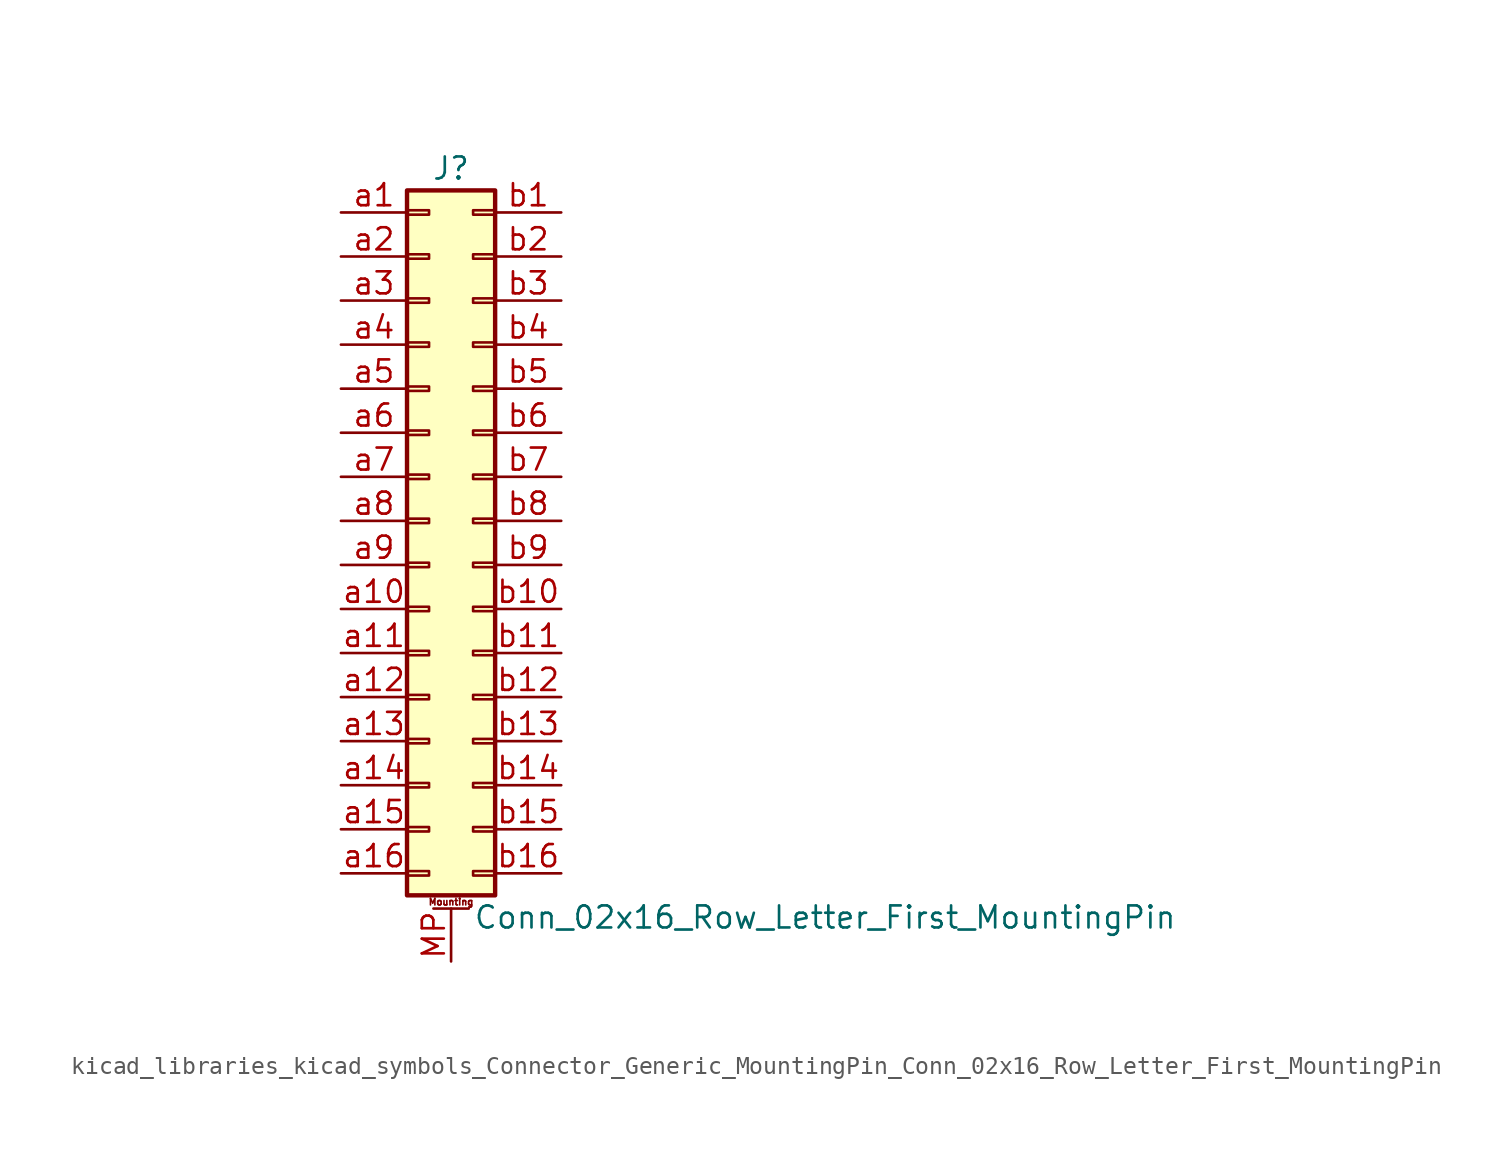
<source format=kicad_sym>
(kicad_symbol_lib
  (version 20220914)
  (generator kicad_symbol_editor)
  (symbol "kicad_libraries_kicad_symbols_Connector_Generic_MountingPin_Conn_02x16_Row_Letter_First_MountingPin"
    (pin_names
      (offset 1.016) hide)
    (property "Reference" "J"
      (at 1.27 20.32 0)
      (effects (font (size 1.27 1.27))))
    (property "Value" "Conn_02x16_Row_Letter_First_MountingPin"
      (at 2.54 -22.86 0)
      (effects (font (size 1.27 1.27)) (justify left)))
    (symbol "kicad_libraries_kicad_symbols_Connector_Generic_MountingPin_Conn_02x16_Row_Letter_First_MountingPin_1_1"
      (rectangle (start -1.27 -20.193) (end 0 -20.447) (stroke (width 0.152) (type default)) (fill (type none)))
      (rectangle (start -1.27 -17.653) (end 0 -17.907) (stroke (width 0.152) (type default)) (fill (type none)))
      (rectangle (start -1.27 -15.113) (end 0 -15.367) (stroke (width 0.152) (type default)) (fill (type none)))
      (rectangle (start -1.27 -12.573) (end 0 -12.827) (stroke (width 0.152) (type default)) (fill (type none)))
      (rectangle (start -1.27 -10.033) (end 0 -10.287) (stroke (width 0.152) (type default)) (fill (type none)))
      (rectangle (start -1.27 -7.493) (end 0 -7.747) (stroke (width 0.152) (type default)) (fill (type none)))
      (rectangle (start -1.27 -4.953) (end 0 -5.207) (stroke (width 0.152) (type default)) (fill (type none)))
      (rectangle (start -1.27 -2.413) (end 0 -2.667) (stroke (width 0.152) (type default)) (fill (type none)))
      (rectangle (start -1.27 0.127) (end 0 -0.127) (stroke (width 0.152) (type default)) (fill (type none)))
      (rectangle (start -1.27 2.667) (end 0 2.413) (stroke (width 0.152) (type default)) (fill (type none)))
      (rectangle (start -1.27 5.207) (end 0 4.953) (stroke (width 0.152) (type default)) (fill (type none)))
      (rectangle (start -1.27 7.747) (end 0 7.493) (stroke (width 0.152) (type default)) (fill (type none)))
      (rectangle (start -1.27 10.287) (end 0 10.033) (stroke (width 0.152) (type default)) (fill (type none)))
      (rectangle (start -1.27 12.827) (end 0 12.573) (stroke (width 0.152) (type default)) (fill (type none)))
      (rectangle (start -1.27 15.367) (end 0 15.113) (stroke (width 0.152) (type default)) (fill (type none)))
      (rectangle (start -1.27 17.907) (end 0 17.653) (stroke (width 0.152) (type default)) (fill (type none)))
      (rectangle (start -1.27 19.05) (end 3.81 -21.59) (stroke (width 0.254) (type default)) (fill (type background)))
      (polyline (pts (xy 0.254 -22.352) (xy 2.286 -22.352)) (stroke (width 0.152) (type default)) (fill (type none)))
      (rectangle (start 3.81 -20.193) (end 2.54 -20.447) (stroke (width 0.152) (type default)) (fill (type none)))
      (rectangle (start 3.81 -17.653) (end 2.54 -17.907) (stroke (width 0.152) (type default)) (fill (type none)))
      (rectangle (start 3.81 -15.113) (end 2.54 -15.367) (stroke (width 0.152) (type default)) (fill (type none)))
      (rectangle (start 3.81 -12.573) (end 2.54 -12.827) (stroke (width 0.152) (type default)) (fill (type none)))
      (rectangle (start 3.81 -10.033) (end 2.54 -10.287) (stroke (width 0.152) (type default)) (fill (type none)))
      (rectangle (start 3.81 -7.493) (end 2.54 -7.747) (stroke (width 0.152) (type default)) (fill (type none)))
      (rectangle (start 3.81 -4.953) (end 2.54 -5.207) (stroke (width 0.152) (type default)) (fill (type none)))
      (rectangle (start 3.81 -2.413) (end 2.54 -2.667) (stroke (width 0.152) (type default)) (fill (type none)))
      (rectangle (start 3.81 0.127) (end 2.54 -0.127) (stroke (width 0.152) (type default)) (fill (type none)))
      (rectangle (start 3.81 2.667) (end 2.54 2.413) (stroke (width 0.152) (type default)) (fill (type none)))
      (rectangle (start 3.81 5.207) (end 2.54 4.953) (stroke (width 0.152) (type default)) (fill (type none)))
      (rectangle (start 3.81 7.747) (end 2.54 7.493) (stroke (width 0.152) (type default)) (fill (type none)))
      (rectangle (start 3.81 10.287) (end 2.54 10.033) (stroke (width 0.152) (type default)) (fill (type none)))
      (rectangle (start 3.81 12.827) (end 2.54 12.573) (stroke (width 0.152) (type default)) (fill (type none)))
      (rectangle (start 3.81 15.367) (end 2.54 15.113) (stroke (width 0.152) (type default)) (fill (type none)))
      (rectangle (start 3.81 17.907) (end 2.54 17.653) (stroke (width 0.152) (type default)) (fill (type none)))
      (text "Mounting" (at 1.27 -21.971 0) (effects (font (size 0.381 0.381))))
      (pin passive line (at 1.27 -25.4 90) (length 3.048) (name "MountPin" (effects (font (size 1.27 1.27)))) (number "MP" (effects (font (size 1.27 1.27)))))
      (pin passive line (at -5.08 17.78 0) (length 3.81) (name "Pin_a1" (effects (font (size 1.27 1.27)))) (number "a1" (effects (font (size 1.27 1.27)))))
      (pin passive line (at -5.08 -5.08 0) (length 3.81) (name "Pin_a10" (effects (font (size 1.27 1.27)))) (number "a10" (effects (font (size 1.27 1.27)))))
      (pin passive line (at -5.08 -7.62 0) (length 3.81) (name "Pin_a11" (effects (font (size 1.27 1.27)))) (number "a11" (effects (font (size 1.27 1.27)))))
      (pin passive line (at -5.08 -10.16 0) (length 3.81) (name "Pin_a12" (effects (font (size 1.27 1.27)))) (number "a12" (effects (font (size 1.27 1.27)))))
      (pin passive line (at -5.08 -12.7 0) (length 3.81) (name "Pin_a13" (effects (font (size 1.27 1.27)))) (number "a13" (effects (font (size 1.27 1.27)))))
      (pin passive line (at -5.08 -15.24 0) (length 3.81) (name "Pin_a14" (effects (font (size 1.27 1.27)))) (number "a14" (effects (font (size 1.27 1.27)))))
      (pin passive line (at -5.08 -17.78 0) (length 3.81) (name "Pin_a15" (effects (font (size 1.27 1.27)))) (number "a15" (effects (font (size 1.27 1.27)))))
      (pin passive line (at -5.08 -20.32 0) (length 3.81) (name "Pin_a16" (effects (font (size 1.27 1.27)))) (number "a16" (effects (font (size 1.27 1.27)))))
      (pin passive line (at -5.08 15.24 0) (length 3.81) (name "Pin_a2" (effects (font (size 1.27 1.27)))) (number "a2" (effects (font (size 1.27 1.27)))))
      (pin passive line (at -5.08 12.7 0) (length 3.81) (name "Pin_a3" (effects (font (size 1.27 1.27)))) (number "a3" (effects (font (size 1.27 1.27)))))
      (pin passive line (at -5.08 10.16 0) (length 3.81) (name "Pin_a4" (effects (font (size 1.27 1.27)))) (number "a4" (effects (font (size 1.27 1.27)))))
      (pin passive line (at -5.08 7.62 0) (length 3.81) (name "Pin_a5" (effects (font (size 1.27 1.27)))) (number "a5" (effects (font (size 1.27 1.27)))))
      (pin passive line (at -5.08 5.08 0) (length 3.81) (name "Pin_a6" (effects (font (size 1.27 1.27)))) (number "a6" (effects (font (size 1.27 1.27)))))
      (pin passive line (at -5.08 2.54 0) (length 3.81) (name "Pin_a7" (effects (font (size 1.27 1.27)))) (number "a7" (effects (font (size 1.27 1.27)))))
      (pin passive line (at -5.08 0 0) (length 3.81) (name "Pin_a8" (effects (font (size 1.27 1.27)))) (number "a8" (effects (font (size 1.27 1.27)))))
      (pin passive line (at -5.08 -2.54 0) (length 3.81) (name "Pin_a9" (effects (font (size 1.27 1.27)))) (number "a9" (effects (font (size 1.27 1.27)))))
      (pin passive line (at 7.62 17.78 180) (length 3.81) (name "Pin_b1" (effects (font (size 1.27 1.27)))) (number "b1" (effects (font (size 1.27 1.27)))))
      (pin passive line (at 7.62 -5.08 180) (length 3.81) (name "Pin_b10" (effects (font (size 1.27 1.27)))) (number "b10" (effects (font (size 1.27 1.27)))))
      (pin passive line (at 7.62 -7.62 180) (length 3.81) (name "Pin_b11" (effects (font (size 1.27 1.27)))) (number "b11" (effects (font (size 1.27 1.27)))))
      (pin passive line (at 7.62 -10.16 180) (length 3.81) (name "Pin_b12" (effects (font (size 1.27 1.27)))) (number "b12" (effects (font (size 1.27 1.27)))))
      (pin passive line (at 7.62 -12.7 180) (length 3.81) (name "Pin_b13" (effects (font (size 1.27 1.27)))) (number "b13" (effects (font (size 1.27 1.27)))))
      (pin passive line (at 7.62 -15.24 180) (length 3.81) (name "Pin_b14" (effects (font (size 1.27 1.27)))) (number "b14" (effects (font (size 1.27 1.27)))))
      (pin passive line (at 7.62 -17.78 180) (length 3.81) (name "Pin_b15" (effects (font (size 1.27 1.27)))) (number "b15" (effects (font (size 1.27 1.27)))))
      (pin passive line (at 7.62 -20.32 180) (length 3.81) (name "Pin_b16" (effects (font (size 1.27 1.27)))) (number "b16" (effects (font (size 1.27 1.27)))))
      (pin passive line (at 7.62 15.24 180) (length 3.81) (name "Pin_b2" (effects (font (size 1.27 1.27)))) (number "b2" (effects (font (size 1.27 1.27)))))
      (pin passive line (at 7.62 12.7 180) (length 3.81) (name "Pin_b3" (effects (font (size 1.27 1.27)))) (number "b3" (effects (font (size 1.27 1.27)))))
      (pin passive line (at 7.62 10.16 180) (length 3.81) (name "Pin_b4" (effects (font (size 1.27 1.27)))) (number "b4" (effects (font (size 1.27 1.27)))))
      (pin passive line (at 7.62 7.62 180) (length 3.81) (name "Pin_b5" (effects (font (size 1.27 1.27)))) (number "b5" (effects (font (size 1.27 1.27)))))
      (pin passive line (at 7.62 5.08 180) (length 3.81) (name "Pin_b6" (effects (font (size 1.27 1.27)))) (number "b6" (effects (font (size 1.27 1.27)))))
      (pin passive line (at 7.62 2.54 180) (length 3.81) (name "Pin_b7" (effects (font (size 1.27 1.27)))) (number "b7" (effects (font (size 1.27 1.27)))))
      (pin passive line (at 7.62 0 180) (length 3.81) (name "Pin_b8" (effects (font (size 1.27 1.27)))) (number "b8" (effects (font (size 1.27 1.27)))))
      (pin passive line (at 7.62 -2.54 180) (length 3.81) (name "Pin_b9" (effects (font (size 1.27 1.27)))) (number "b9" (effects (font (size 1.27 1.27))))))))
</source>
